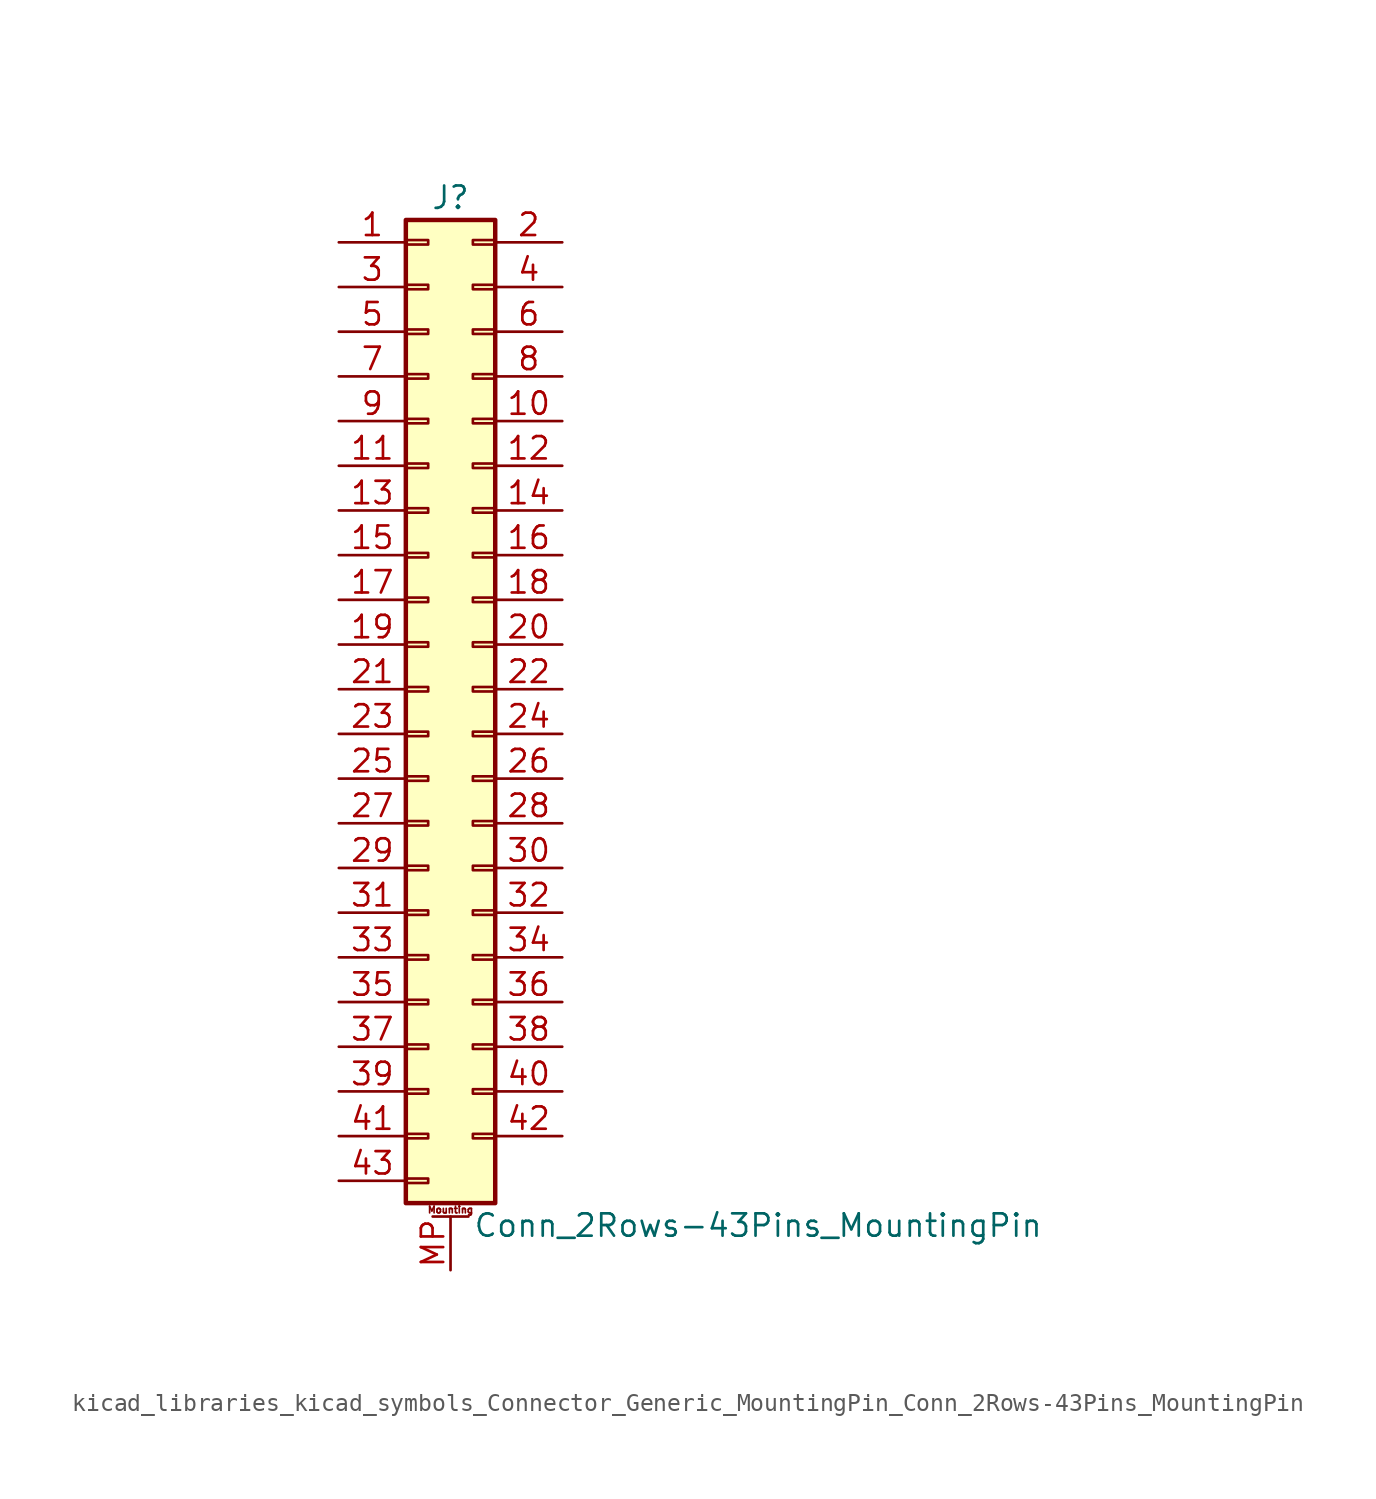
<source format=kicad_sym>
(kicad_symbol_lib
  (version 20220914)
  (generator kicad_symbol_editor)
  (symbol "kicad_libraries_kicad_symbols_Connector_Generic_MountingPin_Conn_2Rows-43Pins_MountingPin"
    (pin_names
      (offset 1.016) hide)
    (property "Reference" "J"
      (at 1.27 27.94 0)
      (effects (font (size 1.27 1.27))))
    (property "Value" "Conn_2Rows-43Pins_MountingPin"
      (at 2.54 -30.48 0)
      (effects (font (size 1.27 1.27)) (justify left)))
    (symbol "kicad_libraries_kicad_symbols_Connector_Generic_MountingPin_Conn_2Rows-43Pins_MountingPin_1_1"
      (rectangle (start -1.27 -27.813) (end 0 -28.067) (stroke (width 0.152) (type default)) (fill (type none)))
      (rectangle (start -1.27 -25.273) (end 0 -25.527) (stroke (width 0.152) (type default)) (fill (type none)))
      (rectangle (start -1.27 -22.733) (end 0 -22.987) (stroke (width 0.152) (type default)) (fill (type none)))
      (rectangle (start -1.27 -20.193) (end 0 -20.447) (stroke (width 0.152) (type default)) (fill (type none)))
      (rectangle (start -1.27 -17.653) (end 0 -17.907) (stroke (width 0.152) (type default)) (fill (type none)))
      (rectangle (start -1.27 -15.113) (end 0 -15.367) (stroke (width 0.152) (type default)) (fill (type none)))
      (rectangle (start -1.27 -12.573) (end 0 -12.827) (stroke (width 0.152) (type default)) (fill (type none)))
      (rectangle (start -1.27 -10.033) (end 0 -10.287) (stroke (width 0.152) (type default)) (fill (type none)))
      (rectangle (start -1.27 -7.493) (end 0 -7.747) (stroke (width 0.152) (type default)) (fill (type none)))
      (rectangle (start -1.27 -4.953) (end 0 -5.207) (stroke (width 0.152) (type default)) (fill (type none)))
      (rectangle (start -1.27 -2.413) (end 0 -2.667) (stroke (width 0.152) (type default)) (fill (type none)))
      (rectangle (start -1.27 0.127) (end 0 -0.127) (stroke (width 0.152) (type default)) (fill (type none)))
      (rectangle (start -1.27 2.667) (end 0 2.413) (stroke (width 0.152) (type default)) (fill (type none)))
      (rectangle (start -1.27 5.207) (end 0 4.953) (stroke (width 0.152) (type default)) (fill (type none)))
      (rectangle (start -1.27 7.747) (end 0 7.493) (stroke (width 0.152) (type default)) (fill (type none)))
      (rectangle (start -1.27 10.287) (end 0 10.033) (stroke (width 0.152) (type default)) (fill (type none)))
      (rectangle (start -1.27 12.827) (end 0 12.573) (stroke (width 0.152) (type default)) (fill (type none)))
      (rectangle (start -1.27 15.367) (end 0 15.113) (stroke (width 0.152) (type default)) (fill (type none)))
      (rectangle (start -1.27 17.907) (end 0 17.653) (stroke (width 0.152) (type default)) (fill (type none)))
      (rectangle (start -1.27 20.447) (end 0 20.193) (stroke (width 0.152) (type default)) (fill (type none)))
      (rectangle (start -1.27 22.987) (end 0 22.733) (stroke (width 0.152) (type default)) (fill (type none)))
      (rectangle (start -1.27 25.527) (end 0 25.273) (stroke (width 0.152) (type default)) (fill (type none)))
      (rectangle (start -1.27 26.67) (end 3.81 -29.21) (stroke (width 0.254) (type default)) (fill (type background)))
      (polyline (pts (xy 0.254 -29.972) (xy 2.286 -29.972)) (stroke (width 0.152) (type default)) (fill (type none)))
      (rectangle (start 3.81 -25.273) (end 2.54 -25.527) (stroke (width 0.152) (type default)) (fill (type none)))
      (rectangle (start 3.81 -22.733) (end 2.54 -22.987) (stroke (width 0.152) (type default)) (fill (type none)))
      (rectangle (start 3.81 -20.193) (end 2.54 -20.447) (stroke (width 0.152) (type default)) (fill (type none)))
      (rectangle (start 3.81 -17.653) (end 2.54 -17.907) (stroke (width 0.152) (type default)) (fill (type none)))
      (rectangle (start 3.81 -15.113) (end 2.54 -15.367) (stroke (width 0.152) (type default)) (fill (type none)))
      (rectangle (start 3.81 -12.573) (end 2.54 -12.827) (stroke (width 0.152) (type default)) (fill (type none)))
      (rectangle (start 3.81 -10.033) (end 2.54 -10.287) (stroke (width 0.152) (type default)) (fill (type none)))
      (rectangle (start 3.81 -7.493) (end 2.54 -7.747) (stroke (width 0.152) (type default)) (fill (type none)))
      (rectangle (start 3.81 -4.953) (end 2.54 -5.207) (stroke (width 0.152) (type default)) (fill (type none)))
      (rectangle (start 3.81 -2.413) (end 2.54 -2.667) (stroke (width 0.152) (type default)) (fill (type none)))
      (rectangle (start 3.81 0.127) (end 2.54 -0.127) (stroke (width 0.152) (type default)) (fill (type none)))
      (rectangle (start 3.81 2.667) (end 2.54 2.413) (stroke (width 0.152) (type default)) (fill (type none)))
      (rectangle (start 3.81 5.207) (end 2.54 4.953) (stroke (width 0.152) (type default)) (fill (type none)))
      (rectangle (start 3.81 7.747) (end 2.54 7.493) (stroke (width 0.152) (type default)) (fill (type none)))
      (rectangle (start 3.81 10.287) (end 2.54 10.033) (stroke (width 0.152) (type default)) (fill (type none)))
      (rectangle (start 3.81 12.827) (end 2.54 12.573) (stroke (width 0.152) (type default)) (fill (type none)))
      (rectangle (start 3.81 15.367) (end 2.54 15.113) (stroke (width 0.152) (type default)) (fill (type none)))
      (rectangle (start 3.81 17.907) (end 2.54 17.653) (stroke (width 0.152) (type default)) (fill (type none)))
      (rectangle (start 3.81 20.447) (end 2.54 20.193) (stroke (width 0.152) (type default)) (fill (type none)))
      (rectangle (start 3.81 22.987) (end 2.54 22.733) (stroke (width 0.152) (type default)) (fill (type none)))
      (rectangle (start 3.81 25.527) (end 2.54 25.273) (stroke (width 0.152) (type default)) (fill (type none)))
      (text "Mounting" (at 1.27 -29.591 0) (effects (font (size 0.381 0.381))))
      (pin passive line (at -5.08 25.4 0) (length 3.81) (name "Pin_1" (effects (font (size 1.27 1.27)))) (number "1" (effects (font (size 1.27 1.27)))))
      (pin passive line (at 7.62 15.24 180) (length 3.81) (name "Pin_10" (effects (font (size 1.27 1.27)))) (number "10" (effects (font (size 1.27 1.27)))))
      (pin passive line (at -5.08 12.7 0) (length 3.81) (name "Pin_11" (effects (font (size 1.27 1.27)))) (number "11" (effects (font (size 1.27 1.27)))))
      (pin passive line (at 7.62 12.7 180) (length 3.81) (name "Pin_12" (effects (font (size 1.27 1.27)))) (number "12" (effects (font (size 1.27 1.27)))))
      (pin passive line (at -5.08 10.16 0) (length 3.81) (name "Pin_13" (effects (font (size 1.27 1.27)))) (number "13" (effects (font (size 1.27 1.27)))))
      (pin passive line (at 7.62 10.16 180) (length 3.81) (name "Pin_14" (effects (font (size 1.27 1.27)))) (number "14" (effects (font (size 1.27 1.27)))))
      (pin passive line (at -5.08 7.62 0) (length 3.81) (name "Pin_15" (effects (font (size 1.27 1.27)))) (number "15" (effects (font (size 1.27 1.27)))))
      (pin passive line (at 7.62 7.62 180) (length 3.81) (name "Pin_16" (effects (font (size 1.27 1.27)))) (number "16" (effects (font (size 1.27 1.27)))))
      (pin passive line (at -5.08 5.08 0) (length 3.81) (name "Pin_17" (effects (font (size 1.27 1.27)))) (number "17" (effects (font (size 1.27 1.27)))))
      (pin passive line (at 7.62 5.08 180) (length 3.81) (name "Pin_18" (effects (font (size 1.27 1.27)))) (number "18" (effects (font (size 1.27 1.27)))))
      (pin passive line (at -5.08 2.54 0) (length 3.81) (name "Pin_19" (effects (font (size 1.27 1.27)))) (number "19" (effects (font (size 1.27 1.27)))))
      (pin passive line (at 7.62 25.4 180) (length 3.81) (name "Pin_2" (effects (font (size 1.27 1.27)))) (number "2" (effects (font (size 1.27 1.27)))))
      (pin passive line (at 7.62 2.54 180) (length 3.81) (name "Pin_20" (effects (font (size 1.27 1.27)))) (number "20" (effects (font (size 1.27 1.27)))))
      (pin passive line (at -5.08 0 0) (length 3.81) (name "Pin_21" (effects (font (size 1.27 1.27)))) (number "21" (effects (font (size 1.27 1.27)))))
      (pin passive line (at 7.62 0 180) (length 3.81) (name "Pin_22" (effects (font (size 1.27 1.27)))) (number "22" (effects (font (size 1.27 1.27)))))
      (pin passive line (at -5.08 -2.54 0) (length 3.81) (name "Pin_23" (effects (font (size 1.27 1.27)))) (number "23" (effects (font (size 1.27 1.27)))))
      (pin passive line (at 7.62 -2.54 180) (length 3.81) (name "Pin_24" (effects (font (size 1.27 1.27)))) (number "24" (effects (font (size 1.27 1.27)))))
      (pin passive line (at -5.08 -5.08 0) (length 3.81) (name "Pin_25" (effects (font (size 1.27 1.27)))) (number "25" (effects (font (size 1.27 1.27)))))
      (pin passive line (at 7.62 -5.08 180) (length 3.81) (name "Pin_26" (effects (font (size 1.27 1.27)))) (number "26" (effects (font (size 1.27 1.27)))))
      (pin passive line (at -5.08 -7.62 0) (length 3.81) (name "Pin_27" (effects (font (size 1.27 1.27)))) (number "27" (effects (font (size 1.27 1.27)))))
      (pin passive line (at 7.62 -7.62 180) (length 3.81) (name "Pin_28" (effects (font (size 1.27 1.27)))) (number "28" (effects (font (size 1.27 1.27)))))
      (pin passive line (at -5.08 -10.16 0) (length 3.81) (name "Pin_29" (effects (font (size 1.27 1.27)))) (number "29" (effects (font (size 1.27 1.27)))))
      (pin passive line (at -5.08 22.86 0) (length 3.81) (name "Pin_3" (effects (font (size 1.27 1.27)))) (number "3" (effects (font (size 1.27 1.27)))))
      (pin passive line (at 7.62 -10.16 180) (length 3.81) (name "Pin_30" (effects (font (size 1.27 1.27)))) (number "30" (effects (font (size 1.27 1.27)))))
      (pin passive line (at -5.08 -12.7 0) (length 3.81) (name "Pin_31" (effects (font (size 1.27 1.27)))) (number "31" (effects (font (size 1.27 1.27)))))
      (pin passive line (at 7.62 -12.7 180) (length 3.81) (name "Pin_32" (effects (font (size 1.27 1.27)))) (number "32" (effects (font (size 1.27 1.27)))))
      (pin passive line (at -5.08 -15.24 0) (length 3.81) (name "Pin_33" (effects (font (size 1.27 1.27)))) (number "33" (effects (font (size 1.27 1.27)))))
      (pin passive line (at 7.62 -15.24 180) (length 3.81) (name "Pin_34" (effects (font (size 1.27 1.27)))) (number "34" (effects (font (size 1.27 1.27)))))
      (pin passive line (at -5.08 -17.78 0) (length 3.81) (name "Pin_35" (effects (font (size 1.27 1.27)))) (number "35" (effects (font (size 1.27 1.27)))))
      (pin passive line (at 7.62 -17.78 180) (length 3.81) (name "Pin_36" (effects (font (size 1.27 1.27)))) (number "36" (effects (font (size 1.27 1.27)))))
      (pin passive line (at -5.08 -20.32 0) (length 3.81) (name "Pin_37" (effects (font (size 1.27 1.27)))) (number "37" (effects (font (size 1.27 1.27)))))
      (pin passive line (at 7.62 -20.32 180) (length 3.81) (name "Pin_38" (effects (font (size 1.27 1.27)))) (number "38" (effects (font (size 1.27 1.27)))))
      (pin passive line (at -5.08 -22.86 0) (length 3.81) (name "Pin_39" (effects (font (size 1.27 1.27)))) (number "39" (effects (font (size 1.27 1.27)))))
      (pin passive line (at 7.62 22.86 180) (length 3.81) (name "Pin_4" (effects (font (size 1.27 1.27)))) (number "4" (effects (font (size 1.27 1.27)))))
      (pin passive line (at 7.62 -22.86 180) (length 3.81) (name "Pin_40" (effects (font (size 1.27 1.27)))) (number "40" (effects (font (size 1.27 1.27)))))
      (pin passive line (at -5.08 -25.4 0) (length 3.81) (name "Pin_41" (effects (font (size 1.27 1.27)))) (number "41" (effects (font (size 1.27 1.27)))))
      (pin passive line (at 7.62 -25.4 180) (length 3.81) (name "Pin_42" (effects (font (size 1.27 1.27)))) (number "42" (effects (font (size 1.27 1.27)))))
      (pin passive line (at -5.08 -27.94 0) (length 3.81) (name "Pin_43" (effects (font (size 1.27 1.27)))) (number "43" (effects (font (size 1.27 1.27)))))
      (pin passive line (at -5.08 20.32 0) (length 3.81) (name "Pin_5" (effects (font (size 1.27 1.27)))) (number "5" (effects (font (size 1.27 1.27)))))
      (pin passive line (at 7.62 20.32 180) (length 3.81) (name "Pin_6" (effects (font (size 1.27 1.27)))) (number "6" (effects (font (size 1.27 1.27)))))
      (pin passive line (at -5.08 17.78 0) (length 3.81) (name "Pin_7" (effects (font (size 1.27 1.27)))) (number "7" (effects (font (size 1.27 1.27)))))
      (pin passive line (at 7.62 17.78 180) (length 3.81) (name "Pin_8" (effects (font (size 1.27 1.27)))) (number "8" (effects (font (size 1.27 1.27)))))
      (pin passive line (at -5.08 15.24 0) (length 3.81) (name "Pin_9" (effects (font (size 1.27 1.27)))) (number "9" (effects (font (size 1.27 1.27)))))
      (pin passive line (at 1.27 -33.02 90) (length 3.048) (name "MountPin" (effects (font (size 1.27 1.27)))) (number "MP" (effects (font (size 1.27 1.27))))))))
</source>
